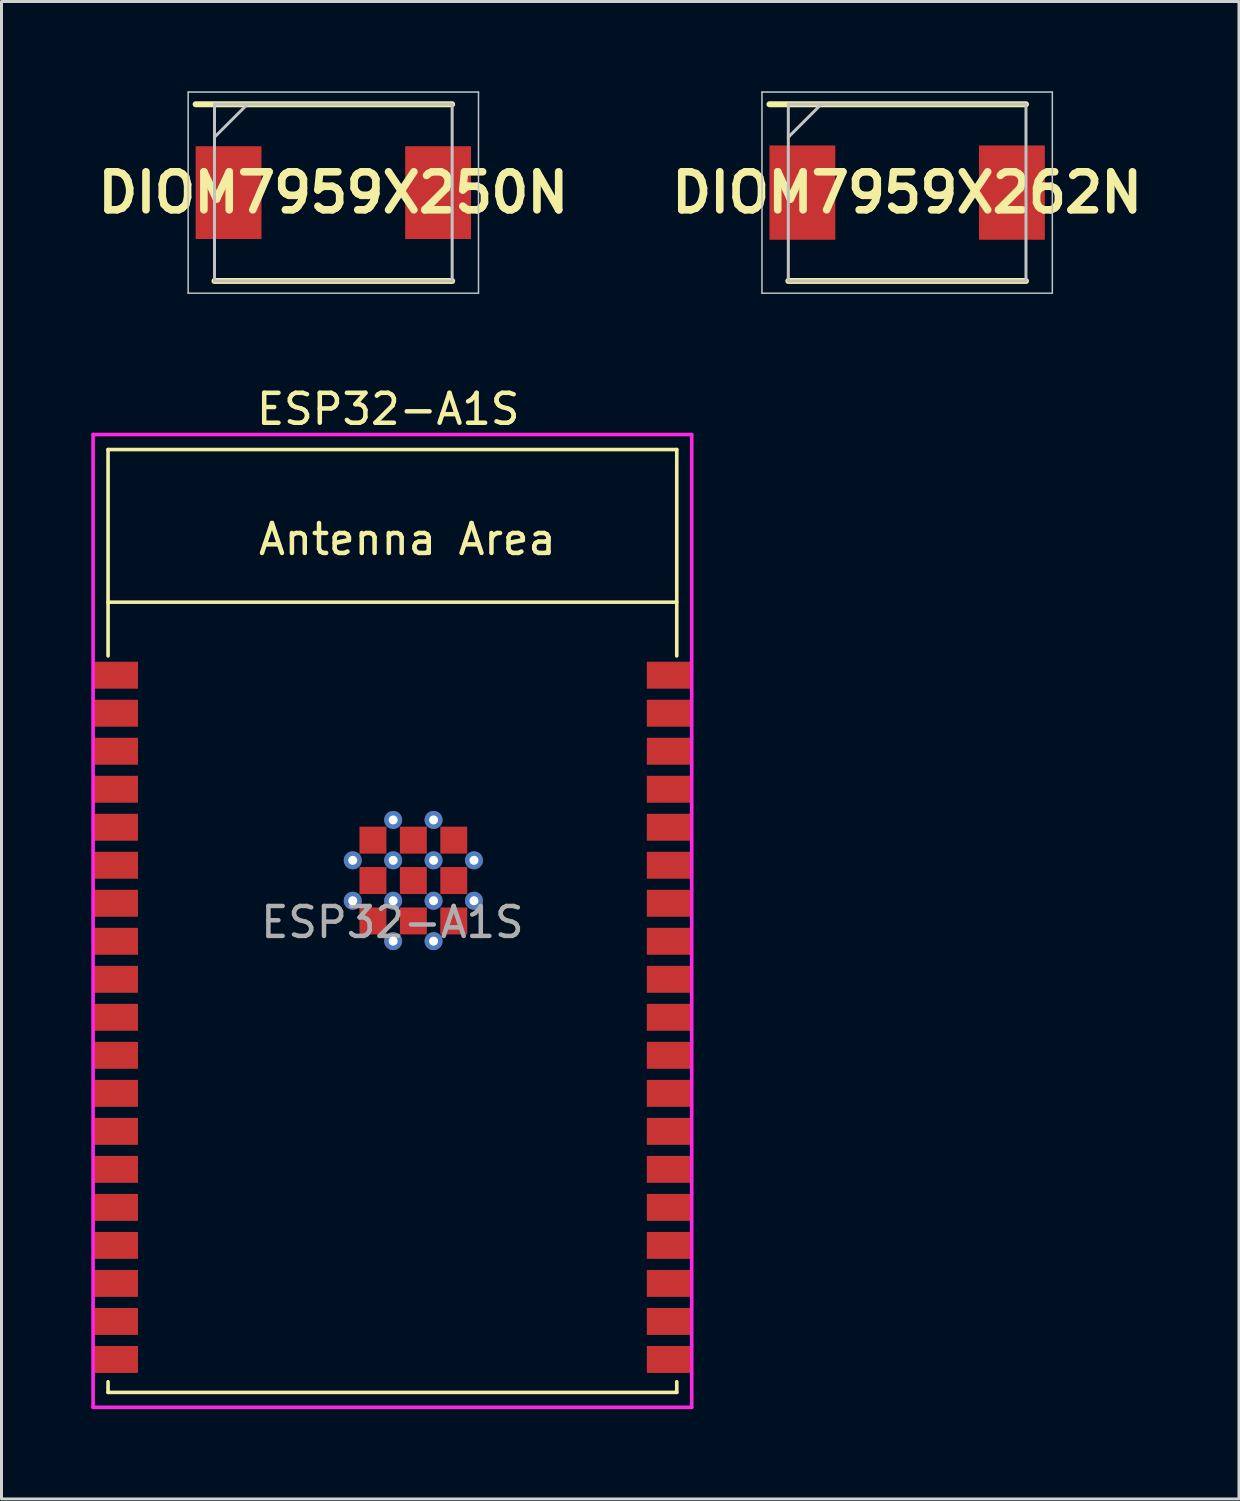
<source format=kicad_pcb>
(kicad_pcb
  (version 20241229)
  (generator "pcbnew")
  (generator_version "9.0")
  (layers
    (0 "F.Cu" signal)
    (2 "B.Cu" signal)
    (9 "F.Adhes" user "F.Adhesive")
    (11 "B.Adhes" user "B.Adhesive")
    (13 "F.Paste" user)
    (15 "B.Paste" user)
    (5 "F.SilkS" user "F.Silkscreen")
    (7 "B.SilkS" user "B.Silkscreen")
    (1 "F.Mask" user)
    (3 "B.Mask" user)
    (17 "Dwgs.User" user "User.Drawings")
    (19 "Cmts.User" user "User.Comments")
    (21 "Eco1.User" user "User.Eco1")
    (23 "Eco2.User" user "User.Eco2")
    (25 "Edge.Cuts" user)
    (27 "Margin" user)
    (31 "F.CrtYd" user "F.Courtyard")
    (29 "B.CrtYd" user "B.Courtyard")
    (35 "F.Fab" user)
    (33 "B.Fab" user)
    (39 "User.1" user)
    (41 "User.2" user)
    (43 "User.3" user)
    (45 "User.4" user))
  (footprint "DIOM7959X250N"
    (layer "F.Cu")
    (at 8.086 3.385)
    (property "Reference" "DIOM7959X250N" (at 0 0 0) (layer "F.SilkS") (effects (font (size 1.27 1.27) (thickness 0.254))))
    (attr smd)
    (fp_line (start -3.97 2.952) (end 3.97 2.952) (stroke (width 0.2) (type solid)) (layer "F.SilkS"))
    (fp_line (start 3.97 -2.952) (end -4.6 -2.952) (stroke (width 0.2) (type solid)) (layer "F.SilkS"))
    (fp_line (start -4.85 -3.36) (end 4.85 -3.36) (stroke (width 0.05) (type solid)) (layer "Dwgs.User"))
    (fp_line (start -4.85 3.36) (end -4.85 -3.36) (stroke (width 0.05) (type solid)) (layer "Dwgs.User"))
    (fp_line (start -3.97 -2.952) (end 3.97 -2.952) (stroke (width 0.1) (type solid)) (layer "Dwgs.User"))
    (fp_line (start -3.97 -1.852) (end -2.87 -2.952) (stroke (width 0.1) (type solid)) (layer "Dwgs.User"))
    (fp_line (start -3.97 2.952) (end -3.97 -2.952) (stroke (width 0.1) (type solid)) (layer "Dwgs.User"))
    (fp_line (start 3.97 -2.952) (end 3.97 2.952) (stroke (width 0.1) (type solid)) (layer "Dwgs.User"))
    (fp_line (start 3.97 2.952) (end -3.97 2.952) (stroke (width 0.1) (type solid)) (layer "Dwgs.User"))
    (fp_line (start 4.85 -3.36) (end 4.85 3.36) (stroke (width 0.05) (type solid)) (layer "Dwgs.User"))
    (fp_line (start 4.85 3.36) (end -4.85 3.36) (stroke (width 0.05) (type solid)) (layer "Dwgs.User"))
    (pad "1" smd rect (at -3.5 0) (size 2.2 3.1) (layers "F.Cu" "F.Mask" "F.Paste"))
    (pad "2" smd rect (at 3.5 0) (size 2.2 3.1) (layers "F.Cu" "F.Mask" "F.Paste")))
  (footprint "DIOM7959X262N"
    (layer "F.Cu")
    (at 27.257 3.385)
    (property "Reference" "DIOM7959X262N" (at 0 0 0) (layer "F.SilkS") (effects (font (size 1.27 1.27) (thickness 0.254))))
    (attr smd)
    (fp_line (start -3.97 2.952) (end 3.97 2.952) (stroke (width 0.2) (type solid)) (layer "F.SilkS"))
    (fp_line (start 3.97 -2.952) (end -4.6 -2.952) (stroke (width 0.2) (type solid)) (layer "F.SilkS"))
    (fp_line (start -4.85 -3.36) (end 4.85 -3.36) (stroke (width 0.05) (type solid)) (layer "Dwgs.User"))
    (fp_line (start -4.85 3.36) (end -4.85 -3.36) (stroke (width 0.05) (type solid)) (layer "Dwgs.User"))
    (fp_line (start -3.97 -2.952) (end 3.97 -2.952) (stroke (width 0.1) (type solid)) (layer "Dwgs.User"))
    (fp_line (start -3.97 -1.852) (end -2.87 -2.952) (stroke (width 0.1) (type solid)) (layer "Dwgs.User"))
    (fp_line (start -3.97 2.952) (end -3.97 -2.952) (stroke (width 0.1) (type solid)) (layer "Dwgs.User"))
    (fp_line (start 3.97 -2.952) (end 3.97 2.952) (stroke (width 0.1) (type solid)) (layer "Dwgs.User"))
    (fp_line (start 3.97 2.952) (end -3.97 2.952) (stroke (width 0.1) (type solid)) (layer "Dwgs.User"))
    (fp_line (start 4.85 -3.36) (end 4.85 3.36) (stroke (width 0.05) (type solid)) (layer "Dwgs.User"))
    (fp_line (start 4.85 3.36) (end -4.85 3.36) (stroke (width 0.05) (type solid)) (layer "Dwgs.User"))
    (pad "1" smd rect (at -3.5 0) (size 2.2 3.15) (layers "F.Cu" "F.Mask" "F.Paste"))
    (pad "2" smd rect (at 3.5 0) (size 2.2 3.15) (layers "F.Cu" "F.Mask" "F.Paste")))
  (footprint "ESP32-A1S"
    (layer "F.Cu")
    (at 0.56 43.468)
    (property "Reference" "ESP32-A1S" (at 9.36 -32.85 0) (layer "F.SilkS") (effects (font (size 1 1) (thickness 0.15))))
    (attr smd)
    (fp_line (start 0 -31.5) (end 0 -24.605) (stroke (width 0.12) (type solid)) (layer "F.SilkS"))
    (fp_line (start 0 -26.4) (end 19 -26.4) (stroke (width 0.12) (type solid)) (layer "F.SilkS"))
    (fp_line (start 0 0) (end 0 -0.355) (stroke (width 0.12) (type solid)) (layer "F.SilkS"))
    (fp_line (start 0 0) (end 19 0) (stroke (width 0.12) (type solid)) (layer "F.SilkS"))
    (fp_line (start 19 -31.5) (end 0 -31.5) (stroke (width 0.12) (type solid)) (layer "F.SilkS"))
    (fp_line (start 19 -31.5) (end 19 -24.605) (stroke (width 0.12) (type solid)) (layer "F.SilkS"))
    (fp_line (start 19 0) (end 19 -0.355) (stroke (width 0.12) (type solid)) (layer "F.SilkS"))
    (fp_line (start 0 -31.5) (end 0 0) (stroke (width 0.12) (type solid)) (layer "Eco2.User"))
    (fp_line (start 0 -26.4) (end 19 -26.4) (stroke (width 0.12) (type solid)) (layer "Eco2.User"))
    (fp_line (start 0 0) (end 19 0) (stroke (width 0.12) (type solid)) (layer "Eco2.User"))
    (fp_line (start 19 -31.5) (end 0 -31.5) (stroke (width 0.12) (type solid)) (layer "Eco2.User"))
    (fp_line (start 19 0) (end 19 -31.5) (stroke (width 0.12) (type solid)) (layer "Eco2.User"))
    (fp_line (start -0.5 -32) (end 19.5 -32) (stroke (width 0.12) (type solid)) (layer "F.CrtYd"))
    (fp_line (start -0.5 0.5) (end -0.5 -32) (stroke (width 0.12) (type solid)) (layer "F.CrtYd"))
    (fp_line (start 19.5 -32) (end 19.5 0.5) (stroke (width 0.12) (type solid)) (layer "F.CrtYd"))
    (fp_line (start 19.5 0.5) (end -0.5 0.5) (stroke (width 0.12) (type solid)) (layer "F.CrtYd"))
    (fp_text user "Antenna Area" (at 10 -28.5 0) (unlocked yes) (layer "F.SilkS") (effects (font (size 1 1) (thickness 0.15))))
    (fp_text user "${REFERENCE}" (at 9.5 -15.705 0) (layer "F.Fab") (effects (font (size 1 1) (thickness 0.15))))
    (pad "1" smd rect (at 0.25 -23.96) (size 1.5 0.9) (layers "F.Cu" "F.Mask" "F.Paste"))
    (pad "2" smd rect (at 0.25 -22.69) (size 1.5 0.9) (layers "F.Cu" "F.Mask" "F.Paste"))
    (pad "3" smd rect (at 0.25 -21.42) (size 1.5 0.9) (layers "F.Cu" "F.Mask" "F.Paste"))
    (pad "4" smd rect (at 0.25 -20.15) (size 1.5 0.9) (layers "F.Cu" "F.Mask" "F.Paste"))
    (pad "5" smd rect (at 0.25 -18.88) (size 1.5 0.9) (layers "F.Cu" "F.Mask" "F.Paste"))
    (pad "6" smd rect (at 0.25 -17.61) (size 1.5 0.9) (layers "F.Cu" "F.Mask" "F.Paste"))
    (pad "7" smd rect (at 0.25 -16.34) (size 1.5 0.9) (layers "F.Cu" "F.Mask" "F.Paste"))
    (pad "8" smd rect (at 0.25 -15.07) (size 1.5 0.9) (layers "F.Cu" "F.Mask" "F.Paste"))
    (pad "9" smd rect (at 0.25 -13.8) (size 1.5 0.9) (layers "F.Cu" "F.Mask" "F.Paste"))
    (pad "10" smd rect (at 0.25 -12.53) (size 1.5 0.9) (layers "F.Cu" "F.Mask" "F.Paste"))
    (pad "11" smd rect (at 0.25 -11.26) (size 1.5 0.9) (layers "F.Cu" "F.Mask" "F.Paste"))
    (pad "12" smd rect (at 0.25 -9.99) (size 1.5 0.9) (layers "F.Cu" "F.Mask" "F.Paste"))
    (pad "13" smd rect (at 0.25 -8.72) (size 1.5 0.9) (layers "F.Cu" "F.Mask" "F.Paste"))
    (pad "14" smd rect (at 0.25 -7.45) (size 1.5 0.9) (layers "F.Cu" "F.Mask" "F.Paste"))
    (pad "15" smd rect (at 0.25 -6.18) (size 1.5 0.9) (layers "F.Cu" "F.Mask" "F.Paste"))
    (pad "16" smd rect (at 0.25 -4.91) (size 1.5 0.9) (layers "F.Cu" "F.Mask" "F.Paste"))
    (pad "17" smd rect (at 0.25 -3.64) (size 1.5 0.9) (layers "F.Cu" "F.Mask" "F.Paste"))
    (pad "18" smd rect (at 0.25 -2.37) (size 1.5 0.9) (layers "F.Cu" "F.Mask" "F.Paste"))
    (pad "19" smd rect (at 0.25 -1.1) (size 1.5 0.9) (layers "F.Cu" "F.Mask" "F.Paste"))
    (pad "20" smd rect (at 18.75 -1.1) (size 1.5 0.9) (layers "F.Cu" "F.Mask" "F.Paste"))
    (pad "21" smd rect (at 18.75 -2.37) (size 1.5 0.9) (layers "F.Cu" "F.Mask" "F.Paste"))
    (pad "22" smd rect (at 18.75 -3.64) (size 1.5 0.9) (layers "F.Cu" "F.Mask" "F.Paste"))
    (pad "23" smd rect (at 18.75 -4.91) (size 1.5 0.9) (layers "F.Cu" "F.Mask" "F.Paste"))
    (pad "24" smd rect (at 18.75 -6.18) (size 1.5 0.9) (layers "F.Cu" "F.Mask" "F.Paste"))
    (pad "25" smd rect (at 18.75 -7.45) (size 1.5 0.9) (layers "F.Cu" "F.Mask" "F.Paste"))
    (pad "26" smd rect (at 18.75 -8.72) (size 1.5 0.9) (layers "F.Cu" "F.Mask" "F.Paste"))
    (pad "27" smd rect (at 18.75 -9.99) (size 1.5 0.9) (layers "F.Cu" "F.Mask" "F.Paste"))
    (pad "28" smd rect (at 18.75 -11.26) (size 1.5 0.9) (layers "F.Cu" "F.Mask" "F.Paste"))
    (pad "29" smd rect (at 18.75 -12.53) (size 1.5 0.9) (layers "F.Cu" "F.Mask" "F.Paste"))
    (pad "30" smd rect (at 18.75 -13.8) (size 1.5 0.9) (layers "F.Cu" "F.Mask" "F.Paste"))
    (pad "31" smd rect (at 18.75 -15.07) (size 1.5 0.9) (layers "F.Cu" "F.Mask" "F.Paste"))
    (pad "32" smd rect (at 18.75 -16.34) (size 1.5 0.9) (layers "F.Cu" "F.Mask" "F.Paste"))
    (pad "33" smd rect (at 18.75 -17.61) (size 1.5 0.9) (layers "F.Cu" "F.Mask" "F.Paste"))
    (pad "34" smd rect (at 18.75 -18.88) (size 1.5 0.9) (layers "F.Cu" "F.Mask" "F.Paste"))
    (pad "35" smd rect (at 18.75 -20.15) (size 1.5 0.9) (layers "F.Cu" "F.Mask" "F.Paste"))
    (pad "36" smd rect (at 18.75 -21.42) (size 1.5 0.9) (layers "F.Cu" "F.Mask" "F.Paste"))
    (pad "37" smd rect (at 18.75 -22.69) (size 1.5 0.9) (layers "F.Cu" "F.Mask" "F.Paste"))
    (pad "38" smd rect (at 18.75 -23.96) (size 1.5 0.9) (layers "F.Cu" "F.Mask" "F.Paste"))
    (pad "39" thru_hole circle (at 8.175 -17.775) (size 0.6 0.6) (drill 0.3) (layers "*.Cu" "*.Mask"))
    (pad "39" thru_hole circle (at 8.175 -16.425) (size 0.6 0.6) (drill 0.3) (layers "*.Cu" "*.Mask"))
    (pad "39" smd rect (at 8.85 -18.45) (size 0.9 0.9) (layers "F.Cu" "F.Mask" "F.Paste"))
    (pad "39" smd rect (at 8.85 -17.1) (size 0.9 0.9) (layers "F.Cu" "F.Mask" "F.Paste"))
    (pad "39" smd rect (at 8.85 -15.75) (size 0.9 0.9) (layers "F.Cu" "F.Mask" "F.Paste"))
    (pad "39" thru_hole circle (at 9.525 -19.125) (size 0.6 0.6) (drill 0.3) (layers "*.Cu" "*.Mask"))
    (pad "39" thru_hole circle (at 9.525 -17.775) (size 0.6 0.6) (drill 0.3) (layers "*.Cu" "*.Mask"))
    (pad "39" thru_hole circle (at 9.525 -16.425) (size 0.6 0.6) (drill 0.3) (layers "*.Cu" "*.Mask"))
    (pad "39" thru_hole circle (at 9.525 -15.075) (size 0.6 0.6) (drill 0.3) (layers "*.Cu" "*.Mask"))
    (pad "39" smd rect (at 10.2 -18.45) (size 0.9 0.9) (layers "F.Cu" "F.Mask" "F.Paste"))
    (pad "39" smd rect (at 10.2 -17.1) (size 0.9 0.9) (layers "F.Cu" "F.Mask" "F.Paste"))
    (pad "39" smd rect (at 10.2 -15.75) (size 0.9 0.9) (layers "F.Cu" "F.Mask" "F.Paste"))
    (pad "39" thru_hole circle (at 10.875 -19.125) (size 0.6 0.6) (drill 0.3) (layers "*.Cu" "*.Mask"))
    (pad "39" thru_hole circle (at 10.875 -17.775) (size 0.6 0.6) (drill 0.3) (layers "*.Cu" "*.Mask"))
    (pad "39" thru_hole circle (at 10.875 -16.425) (size 0.6 0.6) (drill 0.3) (layers "*.Cu" "*.Mask"))
    (pad "39" thru_hole circle (at 10.875 -15.075) (size 0.6 0.6) (drill 0.3) (layers "*.Cu" "*.Mask"))
    (pad "39" smd rect (at 11.55 -18.45) (size 0.9 0.9) (layers "F.Cu" "F.Mask" "F.Paste"))
    (pad "39" smd rect (at 11.55 -17.1) (size 0.9 0.9) (layers "F.Cu" "F.Mask" "F.Paste"))
    (pad "39" smd rect (at 11.55 -15.75) (size 0.9 0.9) (layers "F.Cu" "F.Mask" "F.Paste"))
    (pad "39" thru_hole circle (at 12.225 -17.775) (size 0.6 0.6) (drill 0.3) (layers "*.Cu" "*.Mask"))
    (pad "39" thru_hole circle (at 12.225 -16.425) (size 0.6 0.6) (drill 0.3) (layers "*.Cu" "*.Mask"))
    (zone (net_name "") (layers "F.Cu" "B.Cu") (name "antenna keepout") (hatch edge 0.508) (connect_pads) (min_thickness 0.254) (filled_areas_thickness no) (keepout (tracks not_allowed) (vias not_allowed) (pads not_allowed) (copperpour not_allowed) (footprints not_allowed)) (placement (enabled no)) (fill) (polygon (pts (xy 19.56 17.068) (xy 0.56 17.068) (xy 0.56 12.068) (xy 19.56 12.068)))))
  (gr_rect
    (start -3 -3)
    (end 38.343 47.028)
    (stroke (width 0.1) (type default))
    (fill no)
    (layer "Edge.Cuts")))
</source>
